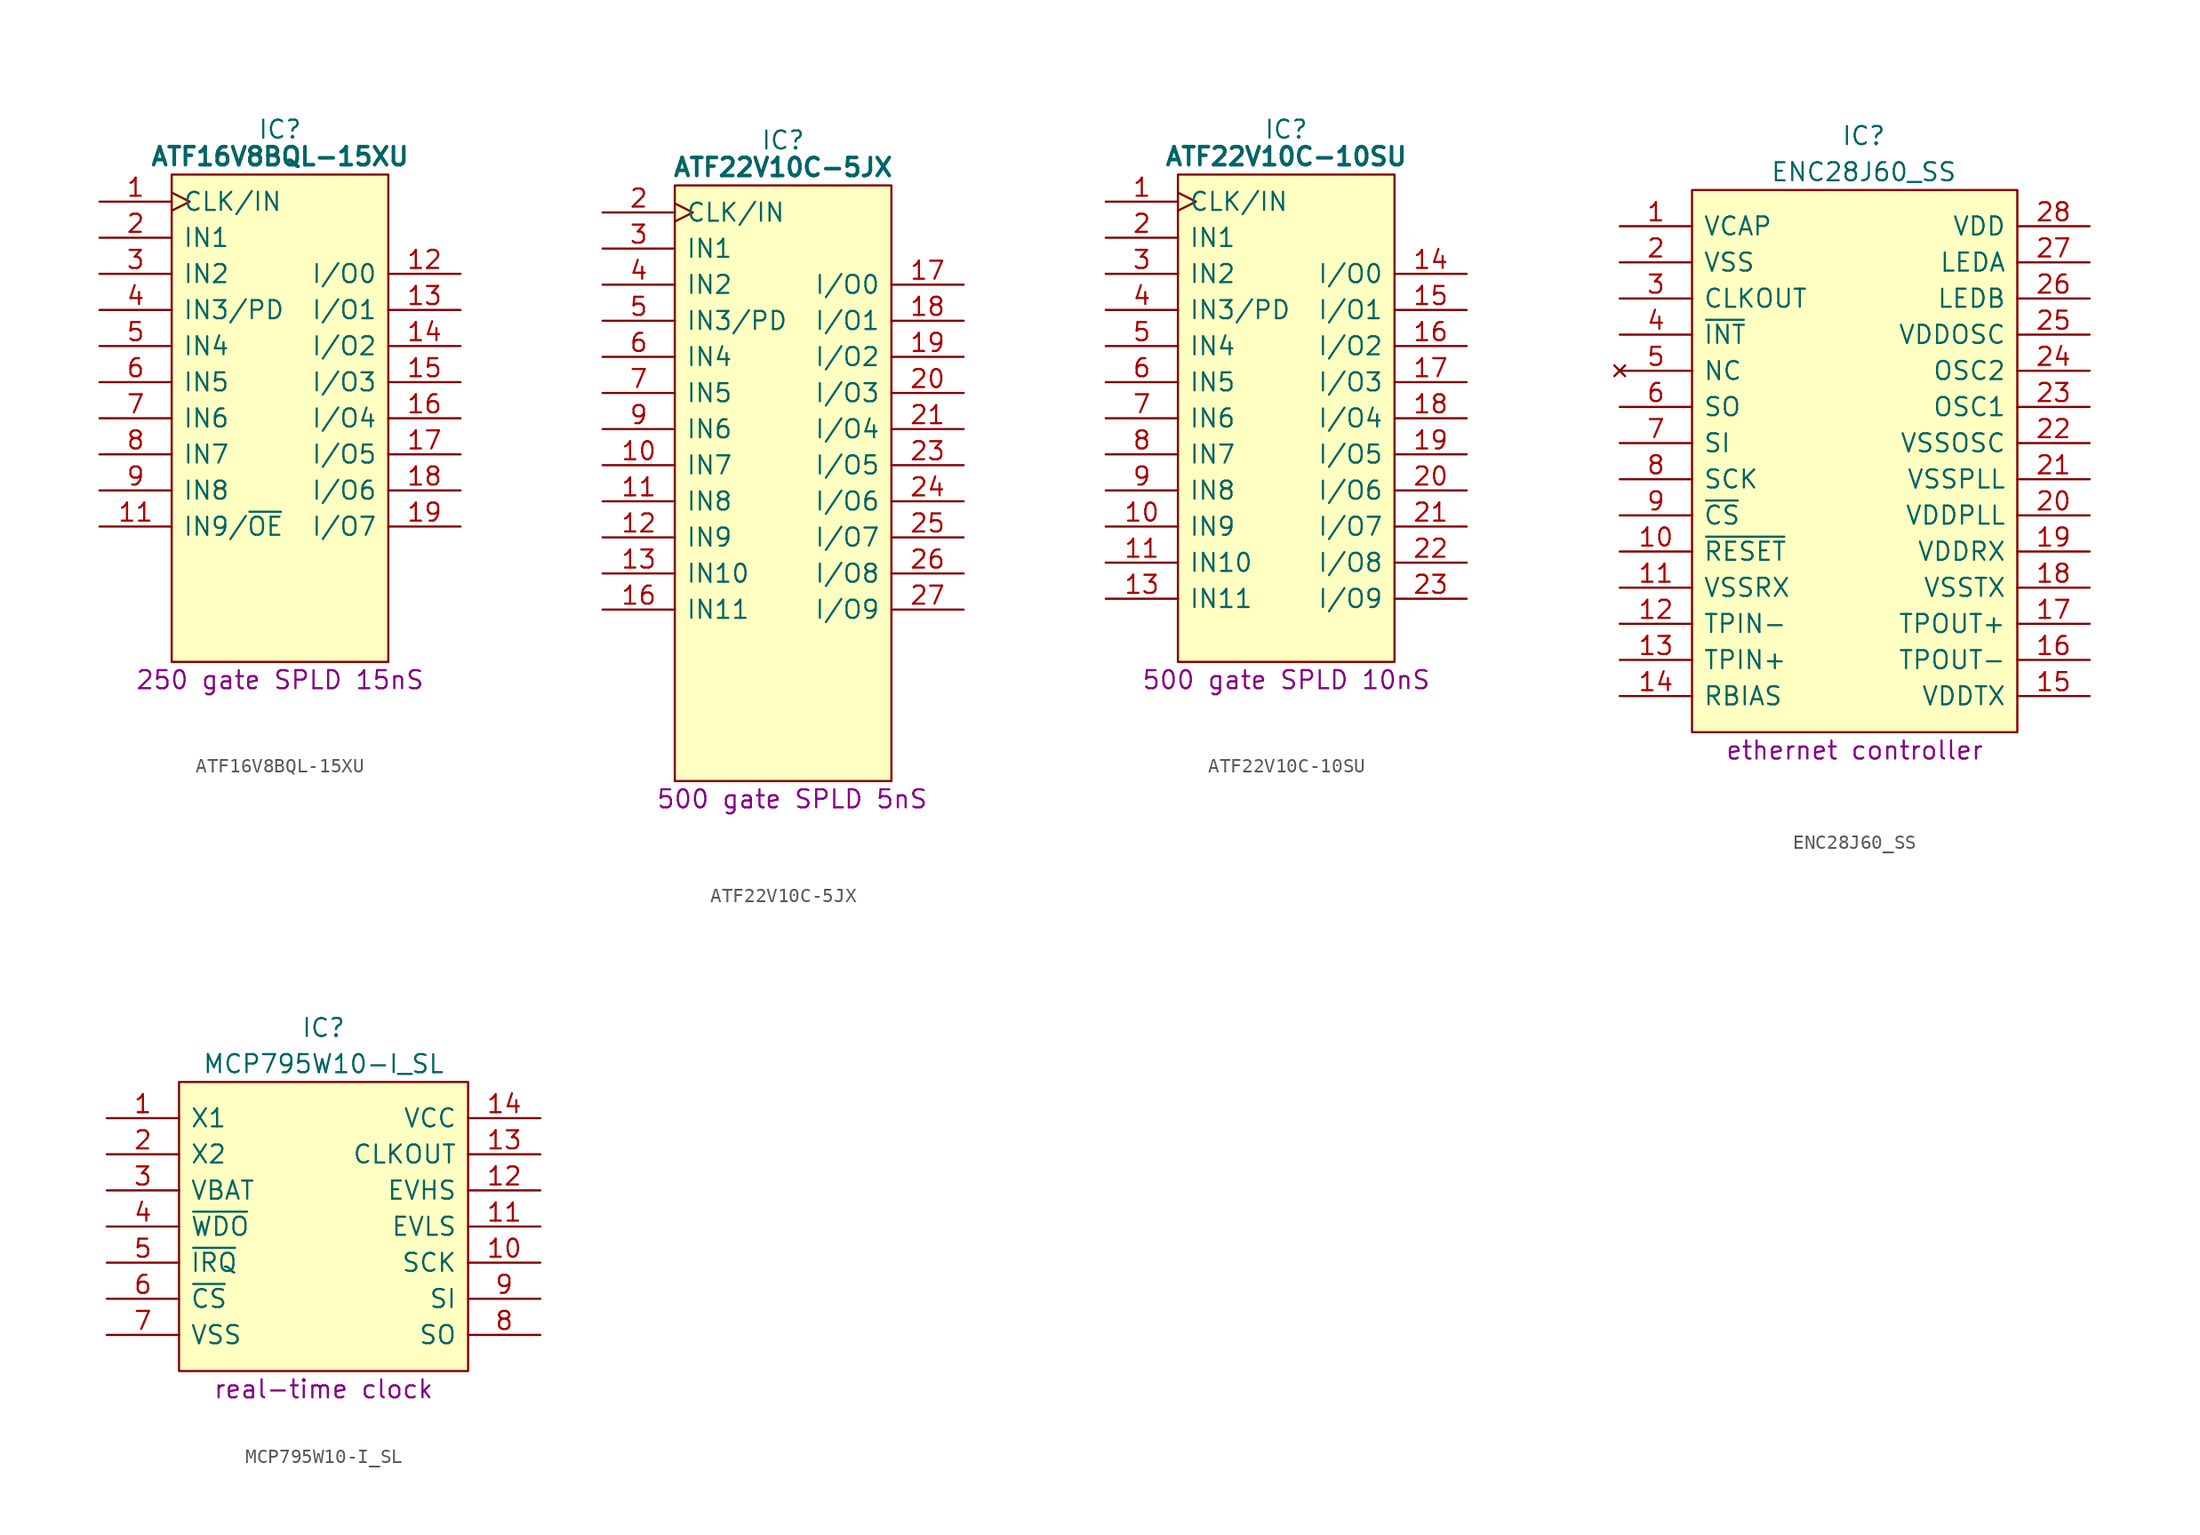
<source format=kicad_sym>
(kicad_symbol_lib
  (version 20241209)
  (generator "kicad_symbol_editor")
  (generator_version "9.0")
  (symbol "ATF16V8BQL-15XU"
    (pin_names
      (offset 0.762))
    (property "Reference" "IC"
      (at 12.7 5.08 0)
      (effects (font (size 1.27 1.27))))
    (property "Value" "ATF16V8BQL-15XU"
      (at 12.7 3.175 0)
      (effects (font (size 1.27 1.27) (thickness 0.254) (bold yes))))
    (property "Description" "250 gate SPLD 15nS"
      (at 12.7 -33.655 0)
      (effects (font (size 1.27 1.27))))
    (symbol "ATF16V8BQL-15XU_0_0"
      (pin input line (at 0 -2.54 0) (length 5.08) (name "IN1" (effects (font (size 1.27 1.27)))) (number "2" (effects (font (size 1.27 1.27)))))
      (pin input line (at 0 -5.08 0) (length 5.08) (name "IN2" (effects (font (size 1.27 1.27)))) (number "3" (effects (font (size 1.27 1.27)))))
      (pin input line (at 0 -7.62 0) (length 5.08) (name "IN3/PD" (effects (font (size 1.27 1.27)))) (number "4" (effects (font (size 1.27 1.27)))))
      (pin input line (at 0 -10.16 0) (length 5.08) (name "IN4" (effects (font (size 1.27 1.27)))) (number "5" (effects (font (size 1.27 1.27)))))
      (pin input line (at 0 -12.7 0) (length 5.08) (name "IN5" (effects (font (size 1.27 1.27)))) (number "6" (effects (font (size 1.27 1.27)))))
      (pin input line (at 0 -15.24 0) (length 5.08) (name "IN6" (effects (font (size 1.27 1.27)))) (number "7" (effects (font (size 1.27 1.27)))))
      (pin input line (at 0 -17.78 0) (length 5.08) (name "IN7" (effects (font (size 1.27 1.27)))) (number "8" (effects (font (size 1.27 1.27)))))
      (pin input line (at 0 -20.32 0) (length 5.08) (name "IN8" (effects (font (size 1.27 1.27)))) (number "9" (effects (font (size 1.27 1.27)))))
      (pin input line (at 0 -22.86 0) (length 5.08) (name "IN9/~{OE}" (effects (font (size 1.27 1.27)))) (number "11" (effects (font (size 1.27 1.27)))))
      (pin tri_state line (at 25.4 -5.08 180) (length 5.08) (name "I/O0" (effects (font (size 1.27 1.27)))) (number "12" (effects (font (size 1.27 1.27)))))
      (pin tri_state line (at 25.4 -7.62 180) (length 5.08) (name "I/O1" (effects (font (size 1.27 1.27)))) (number "13" (effects (font (size 1.27 1.27)))))
      (pin tri_state line (at 25.4 -10.16 180) (length 5.08) (name "I/O2" (effects (font (size 1.27 1.27)))) (number "14" (effects (font (size 1.27 1.27)))))
      (pin tri_state line (at 25.4 -12.7 180) (length 5.08) (name "I/O3" (effects (font (size 1.27 1.27)))) (number "15" (effects (font (size 1.27 1.27)))))
      (pin tri_state line (at 25.4 -15.24 180) (length 5.08) (name "I/O4" (effects (font (size 1.27 1.27)))) (number "16" (effects (font (size 1.27 1.27)))))
      (pin tri_state line (at 25.4 -17.78 180) (length 5.08) (name "I/O5" (effects (font (size 1.27 1.27)))) (number "17" (effects (font (size 1.27 1.27)))))
      (pin tri_state line (at 25.4 -20.32 180) (length 5.08) (name "I/O6" (effects (font (size 1.27 1.27)))) (number "18" (effects (font (size 1.27 1.27)))))
      (pin tri_state line (at 25.4 -22.86 180) (length 5.08) (name "I/O7" (effects (font (size 1.27 1.27)))) (number "19" (effects (font (size 1.27 1.27))))))
    (symbol "ATF16V8BQL-15XU_0_1"
      (polyline (pts (xy 5.08 1.905) (xy 20.32 1.905) (xy 20.32 -32.385) (xy 5.08 -32.385) (xy 5.08 1.905)) (stroke (width 0.152) (type default)) (fill (type background))))
    (symbol "ATF16V8BQL-15XU_1_0"
      (pin input clock (at 0 0 0) (length 5.08) (name "CLK/IN" (effects (font (size 1.27 1.27)))) (number "1" (effects (font (size 1.27 1.27)))))
      (pin passive line (at 0 -30.48 0) (length 5.08) (hide yes) (name "GND" (effects (font (size 1.27 1.27)))) (number "10" (effects (font (size 1.27 1.27)))))
      (pin passive line (at 25.4 0 180) (length 5.08) (hide yes) (name "5V" (effects (font (size 1.27 1.27)))) (number "20" (effects (font (size 1.27 1.27)))))))
  (symbol "ATF22V10C-5JX"
    (pin_names
      (offset 0.762))
    (property "Reference" "IC"
      (at 12.7 5.08 0)
      (effects (font (size 1.27 1.27))))
    (property "Value" "ATF22V10C-5JX"
      (at 12.7 3.175 0)
      (effects (font (size 1.27 1.27) (thickness 0.254) (bold yes))))
    (property "Description" "500 gate SPLD 5nS"
      (at 13.335 -41.275 0)
      (effects (font (size 1.27 1.27))))
    (symbol "ATF22V10C-5JX_0_0"
      (pin input clock (at 0 0 0) (length 5.08) (name "CLK/IN" (effects (font (size 1.27 1.27)))) (number "2" (effects (font (size 1.27 1.27)))))
      (pin input line (at 0 -2.54 0) (length 5.08) (name "IN1" (effects (font (size 1.27 1.27)))) (number "3" (effects (font (size 1.27 1.27)))))
      (pin input line (at 0 -5.08 0) (length 5.08) (name "IN2" (effects (font (size 1.27 1.27)))) (number "4" (effects (font (size 1.27 1.27)))))
      (pin input line (at 0 -7.62 0) (length 5.08) (name "IN3/PD" (effects (font (size 1.27 1.27)))) (number "5" (effects (font (size 1.27 1.27)))))
      (pin input line (at 0 -10.16 0) (length 5.08) (name "IN4" (effects (font (size 1.27 1.27)))) (number "6" (effects (font (size 1.27 1.27)))))
      (pin input line (at 0 -12.7 0) (length 5.08) (name "IN5" (effects (font (size 1.27 1.27)))) (number "7" (effects (font (size 1.27 1.27)))))
      (pin input line (at 0 -15.24 0) (length 5.08) (name "IN6" (effects (font (size 1.27 1.27)))) (number "9" (effects (font (size 1.27 1.27)))))
      (pin input line (at 0 -17.78 0) (length 5.08) (name "IN7" (effects (font (size 1.27 1.27)))) (number "10" (effects (font (size 1.27 1.27)))))
      (pin input line (at 0 -20.32 0) (length 5.08) (name "IN8" (effects (font (size 1.27 1.27)))) (number "11" (effects (font (size 1.27 1.27)))))
      (pin input line (at 0 -22.86 0) (length 5.08) (name "IN9" (effects (font (size 1.27 1.27)))) (number "12" (effects (font (size 1.27 1.27)))))
      (pin input line (at 0 -25.4 0) (length 5.08) (name "IN10" (effects (font (size 1.27 1.27)))) (number "13" (effects (font (size 1.27 1.27)))))
      (pin input line (at 0 -27.94 0) (length 5.08) (name "IN11" (effects (font (size 1.27 1.27)))) (number "16" (effects (font (size 1.27 1.27)))))
      (pin tri_state line (at 25.4 -5.08 180) (length 5.08) (name "I/O0" (effects (font (size 1.27 1.27)))) (number "17" (effects (font (size 1.27 1.27)))))
      (pin tri_state line (at 25.4 -7.62 180) (length 5.08) (name "I/O1" (effects (font (size 1.27 1.27)))) (number "18" (effects (font (size 1.27 1.27)))))
      (pin tri_state line (at 25.4 -10.16 180) (length 5.08) (name "I/O2" (effects (font (size 1.27 1.27)))) (number "19" (effects (font (size 1.27 1.27)))))
      (pin tri_state line (at 25.4 -12.7 180) (length 5.08) (name "I/O3" (effects (font (size 1.27 1.27)))) (number "20" (effects (font (size 1.27 1.27)))))
      (pin tri_state line (at 25.4 -15.24 180) (length 5.08) (name "I/O4" (effects (font (size 1.27 1.27)))) (number "21" (effects (font (size 1.27 1.27)))))
      (pin tri_state line (at 25.4 -17.78 180) (length 5.08) (name "I/O5" (effects (font (size 1.27 1.27)))) (number "23" (effects (font (size 1.27 1.27)))))
      (pin tri_state line (at 25.4 -20.32 180) (length 5.08) (name "I/O6" (effects (font (size 1.27 1.27)))) (number "24" (effects (font (size 1.27 1.27)))))
      (pin tri_state line (at 25.4 -22.86 180) (length 5.08) (name "I/O7" (effects (font (size 1.27 1.27)))) (number "25" (effects (font (size 1.27 1.27)))))
      (pin tri_state line (at 25.4 -25.4 180) (length 5.08) (name "I/O8" (effects (font (size 1.27 1.27)))) (number "26" (effects (font (size 1.27 1.27)))))
      (pin tri_state line (at 25.4 -27.94 180) (length 5.08) (name "I/O9" (effects (font (size 1.27 1.27)))) (number "27" (effects (font (size 1.27 1.27))))))
    (symbol "ATF22V10C-5JX_0_1"
      (polyline (pts (xy 5.08 1.905) (xy 20.32 1.905) (xy 20.32 -40.005) (xy 5.08 -40.005) (xy 5.08 1.905)) (stroke (width 0.152) (type default)) (fill (type background))))
    (symbol "ATF22V10C-5JX_1_0"
      (pin passive line (at 0 -30.48 0) (length 5.08) (hide yes) (name "GND" (effects (font (size 1.27 1.27)))) (number "8" (effects (font (size 1.27 1.27)))))
      (pin passive line (at 0 -33.02 0) (length 5.08) (hide yes) (name "GND" (effects (font (size 1.27 1.27)))) (number "15" (effects (font (size 1.27 1.27)))))
      (pin passive line (at 0 -35.56 0) (length 5.08) (hide yes) (name "GND" (effects (font (size 1.27 1.27)))) (number "14" (effects (font (size 1.27 1.27)))))
      (pin passive line (at 0 -38.1 0) (length 5.08) (hide yes) (name "GND" (effects (font (size 1.27 1.27)))) (number "22" (effects (font (size 1.27 1.27)))))
      (pin passive line (at 25.4 0 180) (length 5.08) (hide yes) (name "5V" (effects (font (size 1.27 1.27)))) (number "28" (effects (font (size 1.27 1.27)))))
      (pin passive line (at 25.4 -2.54 180) (length 5.08) (hide yes) (name "5V" (effects (font (size 1.27 1.27)))) (number "1" (effects (font (size 1.27 1.27)))))))
  (symbol "ATF22V10C-10SU"
    (pin_names
      (offset 0.762))
    (property "Reference" "IC"
      (at 12.7 5.08 0)
      (effects (font (size 1.27 1.27))))
    (property "Value" "ATF22V10C-10SU"
      (at 12.7 3.175 0)
      (effects (font (size 1.27 1.27) (bold yes))))
    (property "Description" "500 gate SPLD 10nS"
      (at 12.7 -33.655 0)
      (effects (font (size 1.27 1.27))))
    (symbol "ATF22V10C-10SU_0_0"
      (pin input clock (at 0 0 0) (length 5.08) (name "CLK/IN" (effects (font (size 1.27 1.27)))) (number "1" (effects (font (size 1.27 1.27)))))
      (pin input line (at 0 -2.54 0) (length 5.08) (name "IN1" (effects (font (size 1.27 1.27)))) (number "2" (effects (font (size 1.27 1.27)))))
      (pin input line (at 0 -5.08 0) (length 5.08) (name "IN2" (effects (font (size 1.27 1.27)))) (number "3" (effects (font (size 1.27 1.27)))))
      (pin input line (at 0 -7.62 0) (length 5.08) (name "IN3/PD" (effects (font (size 1.27 1.27)))) (number "4" (effects (font (size 1.27 1.27)))))
      (pin input line (at 0 -10.16 0) (length 5.08) (name "IN4" (effects (font (size 1.27 1.27)))) (number "5" (effects (font (size 1.27 1.27)))))
      (pin input line (at 0 -12.7 0) (length 5.08) (name "IN5" (effects (font (size 1.27 1.27)))) (number "6" (effects (font (size 1.27 1.27)))))
      (pin input line (at 0 -15.24 0) (length 5.08) (name "IN6" (effects (font (size 1.27 1.27)))) (number "7" (effects (font (size 1.27 1.27)))))
      (pin input line (at 0 -17.78 0) (length 5.08) (name "IN7" (effects (font (size 1.27 1.27)))) (number "8" (effects (font (size 1.27 1.27)))))
      (pin input line (at 0 -20.32 0) (length 5.08) (name "IN8" (effects (font (size 1.27 1.27)))) (number "9" (effects (font (size 1.27 1.27)))))
      (pin input line (at 0 -22.86 0) (length 5.08) (name "IN9" (effects (font (size 1.27 1.27)))) (number "10" (effects (font (size 1.27 1.27)))))
      (pin input line (at 0 -25.4 0) (length 5.08) (name "IN10" (effects (font (size 1.27 1.27)))) (number "11" (effects (font (size 1.27 1.27)))))
      (pin input line (at 0 -27.94 0) (length 5.08) (name "IN11" (effects (font (size 1.27 1.27)))) (number "13" (effects (font (size 1.27 1.27)))))
      (pin passive line (at 0 -30.48 0) (length 5.08) (hide yes) (name "GND" (effects (font (size 1.27 1.27)))) (number "12" (effects (font (size 1.27 1.27)))))
      (pin passive line (at 25.4 0 180) (length 5.08) (hide yes) (name "5V" (effects (font (size 1.27 1.27)))) (number "24" (effects (font (size 1.27 1.27)))))
      (pin tri_state line (at 25.4 -5.08 180) (length 5.08) (name "I/O0" (effects (font (size 1.27 1.27)))) (number "14" (effects (font (size 1.27 1.27)))))
      (pin tri_state line (at 25.4 -7.62 180) (length 5.08) (name "I/O1" (effects (font (size 1.27 1.27)))) (number "15" (effects (font (size 1.27 1.27)))))
      (pin tri_state line (at 25.4 -10.16 180) (length 5.08) (name "I/O2" (effects (font (size 1.27 1.27)))) (number "16" (effects (font (size 1.27 1.27)))))
      (pin tri_state line (at 25.4 -12.7 180) (length 5.08) (name "I/O3" (effects (font (size 1.27 1.27)))) (number "17" (effects (font (size 1.27 1.27)))))
      (pin tri_state line (at 25.4 -15.24 180) (length 5.08) (name "I/O4" (effects (font (size 1.27 1.27)))) (number "18" (effects (font (size 1.27 1.27)))))
      (pin tri_state line (at 25.4 -17.78 180) (length 5.08) (name "I/O5" (effects (font (size 1.27 1.27)))) (number "19" (effects (font (size 1.27 1.27)))))
      (pin tri_state line (at 25.4 -20.32 180) (length 5.08) (name "I/O6" (effects (font (size 1.27 1.27)))) (number "20" (effects (font (size 1.27 1.27)))))
      (pin tri_state line (at 25.4 -22.86 180) (length 5.08) (name "I/O7" (effects (font (size 1.27 1.27)))) (number "21" (effects (font (size 1.27 1.27)))))
      (pin tri_state line (at 25.4 -25.4 180) (length 5.08) (name "I/O8" (effects (font (size 1.27 1.27)))) (number "22" (effects (font (size 1.27 1.27))))))
    (symbol "ATF22V10C-10SU_0_1"
      (polyline (pts (xy 5.08 1.905) (xy 20.32 1.905) (xy 20.32 -32.385) (xy 5.08 -32.385) (xy 5.08 1.905)) (stroke (width 0.152) (type default)) (fill (type background))))
    (symbol "ATF22V10C-10SU_1_0"
      (pin tri_state line (at 25.4 -27.94 180) (length 5.08) (name "I/O9" (effects (font (size 1.27 1.27)))) (number "23" (effects (font (size 1.27 1.27)))))))
  (symbol "ENC28J60_SS"
    (pin_names
      (offset 0.762))
    (property "Reference" "IC"
      (at 17.145 6.35 0)
      (effects (font (size 1.27 1.27))))
    (property "Value" "ENC28J60_SS"
      (at 17.145 3.81 0)
      (effects (font (size 1.27 1.27))))
    (property "Description" "ethernet controller"
      (at 16.51 -36.83 0)
      (effects (font (size 1.27 1.27))))
    (symbol "ENC28J60_SS_0_0"
      (pin passive line (at 0 0 0) (length 5.08) (name "VCAP" (effects (font (size 1.27 1.27)))) (number "1" (effects (font (size 1.27 1.27)))))
      (pin passive line (at 0 -2.54 0) (length 5.08) (name "VSS" (effects (font (size 1.27 1.27)))) (number "2" (effects (font (size 1.27 1.27)))))
      (pin passive line (at 0 -5.08 0) (length 5.08) (name "CLKOUT" (effects (font (size 1.27 1.27)))) (number "3" (effects (font (size 1.27 1.27)))))
      (pin passive line (at 0 -7.62 0) (length 5.08) (name "~{INT}" (effects (font (size 1.27 1.27)))) (number "4" (effects (font (size 1.27 1.27)))))
      (pin no_connect line (at 0 -10.16 0) (length 5.08) (name "NC" (effects (font (size 1.27 1.27)))) (number "5" (effects (font (size 1.27 1.27)))))
      (pin passive line (at 0 -12.7 0) (length 5.08) (name "SO" (effects (font (size 1.27 1.27)))) (number "6" (effects (font (size 1.27 1.27)))))
      (pin passive line (at 0 -15.24 0) (length 5.08) (name "SI" (effects (font (size 1.27 1.27)))) (number "7" (effects (font (size 1.27 1.27)))))
      (pin passive line (at 0 -17.78 0) (length 5.08) (name "SCK" (effects (font (size 1.27 1.27)))) (number "8" (effects (font (size 1.27 1.27)))))
      (pin passive line (at 0 -20.32 0) (length 5.08) (name "~{CS}" (effects (font (size 1.27 1.27)))) (number "9" (effects (font (size 1.27 1.27)))))
      (pin passive line (at 0 -22.86 0) (length 5.08) (name "~{RESET}" (effects (font (size 1.27 1.27)))) (number "10" (effects (font (size 1.27 1.27)))))
      (pin passive line (at 0 -25.4 0) (length 5.08) (name "VSSRX" (effects (font (size 1.27 1.27)))) (number "11" (effects (font (size 1.27 1.27)))))
      (pin passive line (at 0 -27.94 0) (length 5.08) (name "TPIN-" (effects (font (size 1.27 1.27)))) (number "12" (effects (font (size 1.27 1.27)))))
      (pin passive line (at 0 -30.48 0) (length 5.08) (name "TPIN+" (effects (font (size 1.27 1.27)))) (number "13" (effects (font (size 1.27 1.27)))))
      (pin passive line (at 0 -33.02 0) (length 5.08) (name "RBIAS" (effects (font (size 1.27 1.27)))) (number "14" (effects (font (size 1.27 1.27)))))
      (pin passive line (at 33.02 0 180) (length 5.08) (name "VDD" (effects (font (size 1.27 1.27)))) (number "28" (effects (font (size 1.27 1.27)))))
      (pin passive line (at 33.02 -2.54 180) (length 5.08) (name "LEDA" (effects (font (size 1.27 1.27)))) (number "27" (effects (font (size 1.27 1.27)))))
      (pin passive line (at 33.02 -5.08 180) (length 5.08) (name "LEDB" (effects (font (size 1.27 1.27)))) (number "26" (effects (font (size 1.27 1.27)))))
      (pin passive line (at 33.02 -7.62 180) (length 5.08) (name "VDDOSC" (effects (font (size 1.27 1.27)))) (number "25" (effects (font (size 1.27 1.27)))))
      (pin passive line (at 33.02 -10.16 180) (length 5.08) (name "OSC2" (effects (font (size 1.27 1.27)))) (number "24" (effects (font (size 1.27 1.27)))))
      (pin passive line (at 33.02 -12.7 180) (length 5.08) (name "OSC1" (effects (font (size 1.27 1.27)))) (number "23" (effects (font (size 1.27 1.27)))))
      (pin passive line (at 33.02 -15.24 180) (length 5.08) (name "VSSOSC" (effects (font (size 1.27 1.27)))) (number "22" (effects (font (size 1.27 1.27)))))
      (pin passive line (at 33.02 -17.78 180) (length 5.08) (name "VSSPLL" (effects (font (size 1.27 1.27)))) (number "21" (effects (font (size 1.27 1.27)))))
      (pin passive line (at 33.02 -20.32 180) (length 5.08) (name "VDDPLL" (effects (font (size 1.27 1.27)))) (number "20" (effects (font (size 1.27 1.27)))))
      (pin passive line (at 33.02 -22.86 180) (length 5.08) (name "VDDRX" (effects (font (size 1.27 1.27)))) (number "19" (effects (font (size 1.27 1.27)))))
      (pin passive line (at 33.02 -25.4 180) (length 5.08) (name "VSSTX" (effects (font (size 1.27 1.27)))) (number "18" (effects (font (size 1.27 1.27)))))
      (pin passive line (at 33.02 -27.94 180) (length 5.08) (name "TPOUT+" (effects (font (size 1.27 1.27)))) (number "17" (effects (font (size 1.27 1.27)))))
      (pin passive line (at 33.02 -30.48 180) (length 5.08) (name "TPOUT-" (effects (font (size 1.27 1.27)))) (number "16" (effects (font (size 1.27 1.27)))))
      (pin passive line (at 33.02 -33.02 180) (length 5.08) (name "VDDTX" (effects (font (size 1.27 1.27)))) (number "15" (effects (font (size 1.27 1.27))))))
    (symbol "ENC28J60_SS_0_1"
      (polyline (pts (xy 5.08 2.54) (xy 27.94 2.54) (xy 27.94 -35.56) (xy 5.08 -35.56) (xy 5.08 2.54)) (stroke (width 0.152) (type default)) (fill (type background)))))
  (symbol "MCP795W10-I_SL"
    (pin_names
      (offset 0.762))
    (property "Reference" "IC"
      (at 15.24 6.35 0)
      (effects (font (size 1.27 1.27))))
    (property "Value" "MCP795W10-I_SL"
      (at 15.24 3.81 0)
      (effects (font (size 1.27 1.27))))
    (property "Description" "real-time clock"
      (at 15.24 -19.05 0)
      (effects (font (size 1.27 1.27))))
    (symbol "MCP795W10-I_SL_0_0"
      (pin passive line (at 0 0 0) (length 5.08) (name "X1" (effects (font (size 1.27 1.27)))) (number "1" (effects (font (size 1.27 1.27)))))
      (pin passive line (at 0 -2.54 0) (length 5.08) (name "X2" (effects (font (size 1.27 1.27)))) (number "2" (effects (font (size 1.27 1.27)))))
      (pin passive line (at 0 -5.08 0) (length 5.08) (name "VBAT" (effects (font (size 1.27 1.27)))) (number "3" (effects (font (size 1.27 1.27)))))
      (pin passive line (at 0 -7.62 0) (length 5.08) (name "~{WDO}" (effects (font (size 1.27 1.27)))) (number "4" (effects (font (size 1.27 1.27)))))
      (pin passive line (at 0 -10.16 0) (length 5.08) (name "~{IRQ}" (effects (font (size 1.27 1.27)))) (number "5" (effects (font (size 1.27 1.27)))))
      (pin passive line (at 0 -12.7 0) (length 5.08) (name "~{CS}" (effects (font (size 1.27 1.27)))) (number "6" (effects (font (size 1.27 1.27)))))
      (pin passive line (at 0 -15.24 0) (length 5.08) (name "VSS" (effects (font (size 1.27 1.27)))) (number "7" (effects (font (size 1.27 1.27)))))
      (pin passive line (at 30.48 0 180) (length 5.08) (name "VCC" (effects (font (size 1.27 1.27)))) (number "14" (effects (font (size 1.27 1.27)))))
      (pin passive line (at 30.48 -2.54 180) (length 5.08) (name "CLKOUT" (effects (font (size 1.27 1.27)))) (number "13" (effects (font (size 1.27 1.27)))))
      (pin passive line (at 30.48 -5.08 180) (length 5.08) (name "EVHS" (effects (font (size 1.27 1.27)))) (number "12" (effects (font (size 1.27 1.27)))))
      (pin passive line (at 30.48 -7.62 180) (length 5.08) (name "EVLS" (effects (font (size 1.27 1.27)))) (number "11" (effects (font (size 1.27 1.27)))))
      (pin passive line (at 30.48 -10.16 180) (length 5.08) (name "SCK" (effects (font (size 1.27 1.27)))) (number "10" (effects (font (size 1.27 1.27)))))
      (pin passive line (at 30.48 -12.7 180) (length 5.08) (name "SI" (effects (font (size 1.27 1.27)))) (number "9" (effects (font (size 1.27 1.27)))))
      (pin passive line (at 30.48 -15.24 180) (length 5.08) (name "SO" (effects (font (size 1.27 1.27)))) (number "8" (effects (font (size 1.27 1.27))))))
    (symbol "MCP795W10-I_SL_0_1"
      (polyline (pts (xy 5.08 2.54) (xy 25.4 2.54) (xy 25.4 -17.78) (xy 5.08 -17.78) (xy 5.08 2.54)) (stroke (width 0.152) (type default)) (fill (type background))))))
</source>
